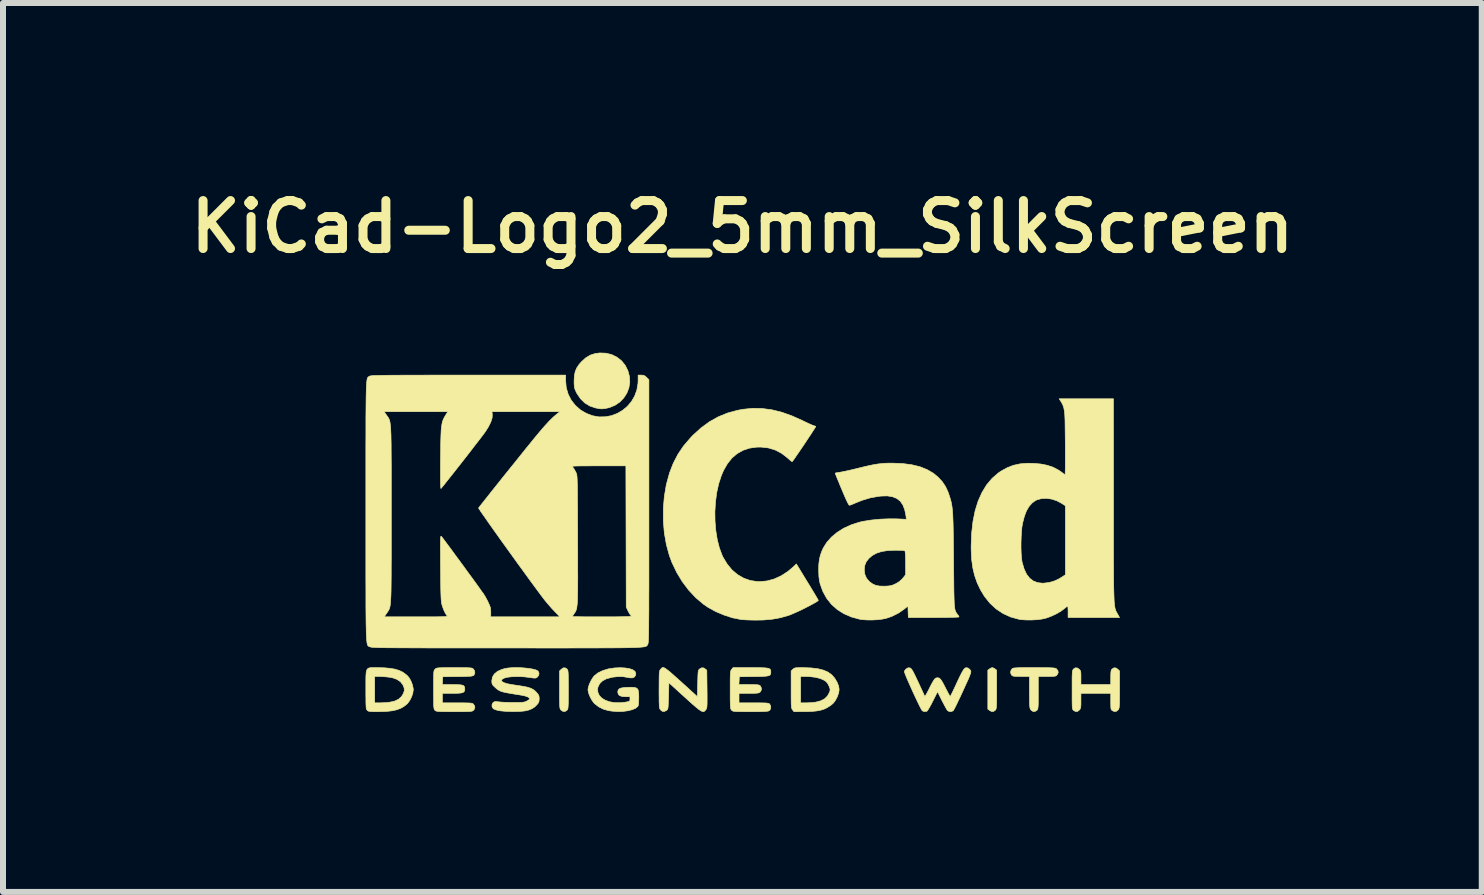
<source format=kicad_pcb>
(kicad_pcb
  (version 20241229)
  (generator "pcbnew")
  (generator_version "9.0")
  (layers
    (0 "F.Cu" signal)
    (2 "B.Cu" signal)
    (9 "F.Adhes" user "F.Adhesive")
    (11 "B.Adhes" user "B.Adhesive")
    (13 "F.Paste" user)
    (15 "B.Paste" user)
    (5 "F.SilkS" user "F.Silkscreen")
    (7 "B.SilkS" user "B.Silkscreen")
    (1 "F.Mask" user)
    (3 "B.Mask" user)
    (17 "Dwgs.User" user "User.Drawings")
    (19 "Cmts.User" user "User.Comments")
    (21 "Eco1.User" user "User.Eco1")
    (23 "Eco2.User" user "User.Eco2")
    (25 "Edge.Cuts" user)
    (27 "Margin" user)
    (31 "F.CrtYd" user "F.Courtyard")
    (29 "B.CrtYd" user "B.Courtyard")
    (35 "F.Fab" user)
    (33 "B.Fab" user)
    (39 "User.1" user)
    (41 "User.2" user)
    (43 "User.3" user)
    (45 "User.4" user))
  (footprint "KiCad-Logo2_5mm_SilkScreen"
    (layer "F.Cu")
    (at 9.326 5.811)
    (property "Reference" "KiCad-Logo2_5mm_SilkScreen" (at 0 -5.08 0) (layer "F.SilkS") (effects (font (size 0.8 0.8) (thickness 0.15))))
    (attr exclude_from_pos_files exclude_from_bom)
    (fp_poly (pts (xy 4.189 2.276) (xy 4.212 2.291) (xy 4.239 2.312) (xy 4.239 2.634) (xy 4.239 2.728) (xy 4.239 2.802) (xy 4.238 2.859) (xy 4.236 2.901) (xy 4.234 2.931) (xy 4.231 2.951) (xy 4.227 2.965) (xy 4.221 2.974) (xy 4.217 2.979) (xy 4.186 3) (xy 4.15 2.999) (xy 4.119 2.981) (xy 4.092 2.96) (xy 4.092 2.312) (xy 4.119 2.291) (xy 4.145 2.275) (xy 4.166 2.269) (xy 4.189 2.276)) (stroke (width 0.01) (type solid)) (fill yes) (layer "F.SilkS"))
    (fp_poly (pts (xy -2.924 2.292) (xy -2.917 2.299) (xy -2.912 2.309) (xy -2.908 2.324) (xy -2.905 2.346) (xy -2.903 2.378) (xy -2.902 2.422) (xy -2.902 2.482) (xy -2.901 2.56) (xy -2.901 2.636) (xy -2.901 2.73) (xy -2.902 2.804) (xy -2.902 2.86) (xy -2.904 2.902) (xy -2.906 2.932) (xy -2.909 2.952) (xy -2.913 2.965) (xy -2.919 2.974) (xy -2.924 2.98) (xy -2.957 3) (xy -2.992 2.998) (xy -3.023 2.977) (xy -3.031 2.968) (xy -3.036 2.959) (xy -3.041 2.945) (xy -3.044 2.924) (xy -3.046 2.895) (xy -3.047 2.853) (xy -3.048 2.796) (xy -3.048 2.722) (xy -3.048 2.638) (xy -3.048 2.324) (xy -3.02 2.297) (xy -2.986 2.273) (xy -2.953 2.273) (xy -2.924 2.292)) (stroke (width 0.01) (type solid)) (fill yes) (layer "F.SilkS"))
    (fp_poly (pts (xy -2.273 -2.973) (xy -2.177 -2.949) (xy -2.09 -2.906) (xy -2.015 -2.847) (xy -1.954 -2.772) (xy -1.909 -2.683) (xy -1.883 -2.586) (xy -1.877 -2.489) (xy -1.892 -2.395) (xy -1.926 -2.307) (xy -1.977 -2.228) (xy -2.042 -2.16) (xy -2.121 -2.106) (xy -2.212 -2.068) (xy -2.263 -2.056) (xy -2.308 -2.048) (xy -2.342 -2.045) (xy -2.375 -2.047) (xy -2.415 -2.054) (xy -2.449 -2.061) (xy -2.542 -2.092) (xy -2.626 -2.143) (xy -2.698 -2.213) (xy -2.756 -2.298) (xy -2.77 -2.326) (xy -2.787 -2.362) (xy -2.797 -2.392) (xy -2.802 -2.425) (xy -2.805 -2.466) (xy -2.805 -2.512) (xy -2.801 -2.596) (xy -2.787 -2.665) (xy -2.762 -2.726) (xy -2.723 -2.784) (xy -2.684 -2.829) (xy -2.612 -2.895) (xy -2.537 -2.94) (xy -2.455 -2.967) (xy -2.377 -2.977) (xy -2.273 -2.973)) (stroke (width 0.01) (type solid)) (fill yes) (layer "F.SilkS"))
    (fp_poly (pts (xy 4.963 2.269) (xy 5.042 2.27) (xy 5.103 2.27) (xy 5.149 2.272) (xy 5.182 2.274) (xy 5.205 2.277) (xy 5.221 2.28) (xy 5.231 2.285) (xy 5.236 2.289) (xy 5.261 2.321) (xy 5.265 2.355) (xy 5.249 2.386) (xy 5.238 2.398) (xy 5.227 2.406) (xy 5.211 2.412) (xy 5.186 2.414) (xy 5.147 2.416) (xy 5.09 2.416) (xy 5.079 2.416) (xy 4.933 2.416) (xy 4.933 2.687) (xy 4.933 2.772) (xy 4.933 2.838) (xy 4.932 2.887) (xy 4.93 2.922) (xy 4.927 2.946) (xy 4.923 2.962) (xy 4.918 2.972) (xy 4.911 2.98) (xy 4.878 3) (xy 4.843 2.999) (xy 4.812 2.976) (xy 4.81 2.973) (xy 4.802 2.962) (xy 4.797 2.95) (xy 4.793 2.933) (xy 4.79 2.908) (xy 4.788 2.872) (xy 4.787 2.822) (xy 4.787 2.755) (xy 4.786 2.68) (xy 4.786 2.416) (xy 4.647 2.416) (xy 4.587 2.415) (xy 4.546 2.414) (xy 4.519 2.411) (xy 4.502 2.405) (xy 4.49 2.397) (xy 4.489 2.395) (xy 4.473 2.362) (xy 4.474 2.324) (xy 4.493 2.292) (xy 4.5 2.285) (xy 4.51 2.28) (xy 4.524 2.276) (xy 4.545 2.274) (xy 4.575 2.272) (xy 4.618 2.27) (xy 4.676 2.269) (xy 4.75 2.269) (xy 4.844 2.269) (xy 4.864 2.269) (xy 4.963 2.269)) (stroke (width 0.01) (type solid)) (fill yes) (layer "F.SilkS"))
    (fp_poly (pts (xy 6.229 2.275) (xy 6.26 2.297) (xy 6.288 2.324) (xy 6.288 2.634) (xy 6.288 2.726) (xy 6.287 2.798) (xy 6.287 2.853) (xy 6.285 2.893) (xy 6.283 2.922) (xy 6.28 2.942) (xy 6.275 2.956) (xy 6.269 2.967) (xy 6.265 2.973) (xy 6.234 2.998) (xy 6.198 3) (xy 6.166 2.985) (xy 6.156 2.976) (xy 6.148 2.965) (xy 6.144 2.946) (xy 6.142 2.915) (xy 6.141 2.869) (xy 6.141 2.833) (xy 6.141 2.698) (xy 5.644 2.698) (xy 5.644 2.821) (xy 5.644 2.877) (xy 5.642 2.915) (xy 5.638 2.941) (xy 5.63 2.96) (xy 5.621 2.973) (xy 5.59 2.998) (xy 5.555 3.001) (xy 5.522 2.983) (xy 5.513 2.974) (xy 5.506 2.962) (xy 5.502 2.943) (xy 5.499 2.914) (xy 5.498 2.87) (xy 5.497 2.808) (xy 5.497 2.794) (xy 5.497 2.678) (xy 5.497 2.582) (xy 5.497 2.504) (xy 5.497 2.443) (xy 5.498 2.396) (xy 5.5 2.361) (xy 5.502 2.335) (xy 5.505 2.318) (xy 5.51 2.306) (xy 5.515 2.298) (xy 5.52 2.292) (xy 5.552 2.272) (xy 5.585 2.275) (xy 5.617 2.297) (xy 5.629 2.311) (xy 5.638 2.327) (xy 5.642 2.35) (xy 5.644 2.384) (xy 5.644 2.436) (xy 5.644 2.551) (xy 6.141 2.551) (xy 6.141 2.433) (xy 6.142 2.378) (xy 6.144 2.341) (xy 6.148 2.317) (xy 6.155 2.301) (xy 6.164 2.292) (xy 6.196 2.272) (xy 6.229 2.275)) (stroke (width 0.01) (type solid)) (fill yes) (layer "F.SilkS"))
    (fp_poly (pts (xy 1.018 2.269) (xy 1.147 2.274) (xy 1.257 2.287) (xy 1.349 2.31) (xy 1.426 2.343) (xy 1.489 2.388) (xy 1.539 2.444) (xy 1.58 2.514) (xy 1.58 2.515) (xy 1.605 2.577) (xy 1.613 2.633) (xy 1.606 2.688) (xy 1.584 2.751) (xy 1.579 2.761) (xy 1.55 2.817) (xy 1.517 2.86) (xy 1.475 2.897) (xy 1.417 2.934) (xy 1.414 2.936) (xy 1.364 2.96) (xy 1.307 2.978) (xy 1.24 2.991) (xy 1.159 2.999) (xy 1.06 3.002) (xy 1.025 3.002) (xy 0.86 3.003) (xy 0.836 2.973) (xy 0.829 2.963) (xy 0.824 2.952) (xy 0.82 2.936) (xy 0.817 2.913) (xy 0.815 2.88) (xy 0.814 2.856) (xy 0.971 2.856) (xy 1.065 2.856) (xy 1.12 2.854) (xy 1.176 2.85) (xy 1.222 2.844) (xy 1.225 2.844) (xy 1.307 2.822) (xy 1.371 2.789) (xy 1.418 2.743) (xy 1.451 2.683) (xy 1.457 2.667) (xy 1.463 2.642) (xy 1.46 2.618) (xy 1.448 2.585) (xy 1.441 2.569) (xy 1.418 2.527) (xy 1.39 2.497) (xy 1.359 2.477) (xy 1.297 2.45) (xy 1.218 2.43) (xy 1.125 2.419) (xy 1.058 2.416) (xy 0.971 2.416) (xy 0.971 2.856) (xy 0.814 2.856) (xy 0.814 2.835) (xy 0.813 2.774) (xy 0.813 2.696) (xy 0.813 2.634) (xy 0.813 2.324) (xy 0.841 2.297) (xy 0.853 2.286) (xy 0.866 2.278) (xy 0.885 2.273) (xy 0.913 2.27) (xy 0.955 2.269) (xy 1.015 2.269) (xy 1.018 2.269)) (stroke (width 0.01) (type solid)) (fill yes) (layer "F.SilkS"))
    (fp_poly (pts (xy -6.121 2.269) (xy -6.082 2.269) (xy -5.966 2.272) (xy -5.869 2.281) (xy -5.788 2.295) (xy -5.719 2.317) (xy -5.658 2.347) (xy -5.604 2.387) (xy -5.584 2.404) (xy -5.552 2.443) (xy -5.523 2.497) (xy -5.5 2.557) (xy -5.488 2.615) (xy -5.486 2.636) (xy -5.494 2.695) (xy -5.516 2.759) (xy -5.547 2.82) (xy -5.584 2.868) (xy -5.59 2.874) (xy -5.641 2.915) (xy -5.696 2.947) (xy -5.76 2.971) (xy -5.834 2.988) (xy -5.924 2.998) (xy -6.031 3.002) (xy -6.08 3.003) (xy -6.142 3.003) (xy -6.186 3.001) (xy -6.215 2.999) (xy -6.234 2.994) (xy -6.247 2.987) (xy -6.254 2.98) (xy -6.261 2.973) (xy -6.266 2.963) (xy -6.27 2.948) (xy -6.273 2.926) (xy -6.274 2.894) (xy -6.276 2.85) (xy -6.276 2.79) (xy -6.277 2.712) (xy -6.277 2.636) (xy -6.277 2.535) (xy -6.277 2.454) (xy -6.276 2.416) (xy -6.13 2.416) (xy -6.13 2.856) (xy -6.037 2.856) (xy -5.981 2.854) (xy -5.922 2.85) (xy -5.873 2.844) (xy -5.872 2.844) (xy -5.792 2.825) (xy -5.731 2.795) (xy -5.684 2.753) (xy -5.655 2.707) (xy -5.636 2.656) (xy -5.638 2.608) (xy -5.659 2.557) (xy -5.7 2.504) (xy -5.758 2.465) (xy -5.833 2.438) (xy -5.883 2.429) (xy -5.939 2.423) (xy -6 2.418) (xy -6.051 2.416) (xy -6.054 2.416) (xy -6.13 2.416) (xy -6.276 2.416) (xy -6.275 2.392) (xy -6.271 2.345) (xy -6.263 2.312) (xy -6.25 2.29) (xy -6.23 2.277) (xy -6.203 2.27) (xy -6.167 2.269) (xy -6.121 2.269)) (stroke (width 0.01) (type solid)) (fill yes) (layer "F.SilkS"))
    (fp_poly (pts (xy -1.3 2.273) (xy -1.277 2.287) (xy -1.246 2.31) (xy -1.206 2.342) (xy -1.156 2.386) (xy -1.094 2.441) (xy -1.018 2.509) (xy -0.931 2.588) (xy -0.751 2.752) (xy -0.745 2.532) (xy -0.743 2.456) (xy -0.741 2.4) (xy -0.739 2.36) (xy -0.736 2.332) (xy -0.731 2.314) (xy -0.725 2.303) (xy -0.717 2.294) (xy -0.713 2.291) (xy -0.678 2.272) (xy -0.645 2.274) (xy -0.619 2.291) (xy -0.593 2.312) (xy -0.589 2.627) (xy -0.588 2.72) (xy -0.588 2.793) (xy -0.588 2.848) (xy -0.589 2.889) (xy -0.591 2.919) (xy -0.594 2.939) (xy -0.598 2.953) (xy -0.604 2.964) (xy -0.61 2.972) (xy -0.623 2.988) (xy -0.637 2.999) (xy -0.652 3.003) (xy -0.671 2.999) (xy -0.695 2.987) (xy -0.727 2.965) (xy -0.768 2.932) (xy -0.821 2.887) (xy -0.886 2.829) (xy -0.96 2.762) (xy -1.225 2.521) (xy -1.23 2.741) (xy -1.233 2.816) (xy -1.235 2.872) (xy -1.237 2.913) (xy -1.24 2.94) (xy -1.244 2.958) (xy -1.25 2.969) (xy -1.259 2.978) (xy -1.263 2.981) (xy -1.3 3) (xy -1.335 2.997) (xy -1.365 2.973) (xy -1.372 2.963) (xy -1.378 2.952) (xy -1.382 2.936) (xy -1.385 2.913) (xy -1.386 2.88) (xy -1.388 2.835) (xy -1.388 2.774) (xy -1.389 2.694) (xy -1.389 2.636) (xy -1.388 2.544) (xy -1.388 2.473) (xy -1.387 2.418) (xy -1.386 2.378) (xy -1.384 2.349) (xy -1.38 2.329) (xy -1.376 2.315) (xy -1.37 2.305) (xy -1.365 2.299) (xy -1.354 2.285) (xy -1.343 2.274) (xy -1.332 2.268) (xy -1.318 2.267) (xy -1.3 2.273)) (stroke (width 0.01) (type solid)) (fill yes) (layer "F.SilkS"))
    (fp_poly (pts (xy -1.95 2.275) (xy -1.882 2.286) (xy -1.829 2.304) (xy -1.795 2.327) (xy -1.785 2.341) (xy -1.776 2.372) (xy -1.782 2.4) (xy -1.802 2.427) (xy -1.834 2.44) (xy -1.879 2.439) (xy -1.914 2.432) (xy -1.992 2.419) (xy -2.072 2.418) (xy -2.162 2.428) (xy -2.186 2.433) (xy -2.269 2.456) (xy -2.334 2.491) (xy -2.38 2.537) (xy -2.407 2.592) (xy -2.413 2.621) (xy -2.409 2.68) (xy -2.386 2.732) (xy -2.345 2.776) (xy -2.288 2.811) (xy -2.219 2.837) (xy -2.138 2.852) (xy -2.048 2.854) (xy -1.951 2.845) (xy -1.945 2.844) (xy -1.907 2.836) (xy -1.885 2.83) (xy -1.876 2.819) (xy -1.874 2.802) (xy -1.874 2.793) (xy -1.874 2.754) (xy -1.942 2.754) (xy -2.003 2.75) (xy -2.044 2.737) (xy -2.068 2.714) (xy -2.077 2.679) (xy -2.077 2.674) (xy -2.072 2.645) (xy -2.054 2.623) (xy -2.022 2.609) (xy -1.972 2.601) (xy -1.923 2.598) (xy -1.852 2.596) (xy -1.801 2.599) (xy -1.766 2.609) (xy -1.744 2.628) (xy -1.733 2.66) (xy -1.728 2.708) (xy -1.727 2.77) (xy -1.729 2.84) (xy -1.733 2.887) (xy -1.74 2.912) (xy -1.741 2.914) (xy -1.78 2.946) (xy -1.837 2.97) (xy -1.909 2.988) (xy -1.991 2.999) (xy -2.081 3.001) (xy -2.175 2.994) (xy -2.23 2.986) (xy -2.316 2.962) (xy -2.396 2.922) (xy -2.463 2.87) (xy -2.473 2.86) (xy -2.506 2.816) (xy -2.536 2.762) (xy -2.559 2.706) (xy -2.572 2.654) (xy -2.574 2.635) (xy -2.567 2.593) (xy -2.55 2.542) (xy -2.524 2.488) (xy -2.495 2.439) (xy -2.469 2.406) (xy -2.408 2.357) (xy -2.329 2.319) (xy -2.235 2.29) (xy -2.129 2.274) (xy -2.032 2.27) (xy -1.95 2.275)) (stroke (width 0.01) (type solid)) (fill yes) (layer "F.SilkS"))
    (fp_poly (pts (xy 0.23 2.269) (xy 0.307 2.27) (xy 0.365 2.272) (xy 0.408 2.276) (xy 0.438 2.282) (xy 0.457 2.291) (xy 0.468 2.303) (xy 0.473 2.319) (xy 0.474 2.339) (xy 0.474 2.341) (xy 0.473 2.364) (xy 0.468 2.382) (xy 0.457 2.395) (xy 0.437 2.404) (xy 0.406 2.41) (xy 0.36 2.414) (xy 0.298 2.417) (xy 0.216 2.418) (xy 0.191 2.418) (xy -0.051 2.421) (xy -0.054 2.486) (xy -0.058 2.551) (xy 0.111 2.551) (xy 0.176 2.552) (xy 0.223 2.553) (xy 0.255 2.555) (xy 0.276 2.559) (xy 0.289 2.565) (xy 0.299 2.573) (xy 0.299 2.573) (xy 0.316 2.607) (xy 0.316 2.643) (xy 0.297 2.674) (xy 0.294 2.678) (xy 0.281 2.686) (xy 0.263 2.692) (xy 0.237 2.695) (xy 0.197 2.697) (xy 0.142 2.698) (xy 0.106 2.698) (xy -0.056 2.698) (xy -0.056 2.856) (xy 0.19 2.856) (xy 0.272 2.856) (xy 0.333 2.857) (xy 0.379 2.858) (xy 0.41 2.86) (xy 0.431 2.864) (xy 0.445 2.868) (xy 0.453 2.874) (xy 0.455 2.877) (xy 0.472 2.908) (xy 0.473 2.944) (xy 0.46 2.975) (xy 0.449 2.985) (xy 0.438 2.991) (xy 0.421 2.995) (xy 0.396 2.998) (xy 0.359 3) (xy 0.308 3.002) (xy 0.24 3.003) (xy 0.153 3.003) (xy 0.133 3.003) (xy 0.045 3.003) (xy -0.024 3.002) (xy -0.075 3.002) (xy -0.113 3) (xy -0.139 2.998) (xy -0.156 2.994) (xy -0.167 2.989) (xy -0.176 2.983) (xy -0.18 2.978) (xy -0.187 2.97) (xy -0.192 2.96) (xy -0.196 2.945) (xy -0.199 2.923) (xy -0.201 2.89) (xy -0.202 2.845) (xy -0.203 2.785) (xy -0.203 2.707) (xy -0.203 2.641) (xy -0.203 2.549) (xy -0.203 2.476) (xy -0.202 2.421) (xy -0.201 2.38) (xy -0.198 2.35) (xy -0.195 2.33) (xy -0.191 2.316) (xy -0.185 2.305) (xy -0.18 2.299) (xy -0.156 2.269) (xy 0.134 2.269) (xy 0.23 2.269)) (stroke (width 0.01) (type solid)) (fill yes) (layer "F.SilkS"))
    (fp_poly (pts (xy -4.713 2.269) (xy -4.643 2.27) (xy -4.591 2.27) (xy -4.553 2.272) (xy -4.526 2.274) (xy -4.508 2.278) (xy -4.496 2.283) (xy -4.487 2.289) (xy -4.484 2.292) (xy -4.464 2.323) (xy -4.46 2.359) (xy -4.473 2.391) (xy -4.48 2.397) (xy -4.489 2.403) (xy -4.505 2.408) (xy -4.529 2.412) (xy -4.566 2.414) (xy -4.617 2.416) (xy -4.685 2.418) (xy -4.748 2.418) (xy -4.995 2.421) (xy -4.999 2.486) (xy -5.002 2.551) (xy -4.834 2.551) (xy -4.761 2.552) (xy -4.708 2.555) (xy -4.671 2.56) (xy -4.647 2.57) (xy -4.634 2.586) (xy -4.629 2.607) (xy -4.628 2.628) (xy -4.631 2.653) (xy -4.64 2.671) (xy -4.659 2.684) (xy -4.691 2.692) (xy -4.738 2.696) (xy -4.804 2.698) (xy -4.84 2.698) (xy -5.001 2.698) (xy -5.001 2.856) (xy -4.753 2.856) (xy -4.671 2.856) (xy -4.609 2.857) (xy -4.564 2.858) (xy -4.532 2.86) (xy -4.511 2.863) (xy -4.496 2.868) (xy -4.487 2.874) (xy -4.482 2.879) (xy -4.465 2.906) (xy -4.459 2.929) (xy -4.467 2.959) (xy -4.482 2.98) (xy -4.49 2.987) (xy -4.5 2.992) (xy -4.515 2.996) (xy -4.538 2.999) (xy -4.571 3.001) (xy -4.618 3.002) (xy -4.68 3.003) (xy -4.761 3.003) (xy -4.803 3.003) (xy -4.894 3.003) (xy -4.964 3.002) (xy -5.017 3.002) (xy -5.056 3) (xy -5.083 2.998) (xy -5.101 2.994) (xy -5.113 2.99) (xy -5.122 2.983) (xy -5.125 2.98) (xy -5.132 2.973) (xy -5.137 2.963) (xy -5.141 2.948) (xy -5.144 2.926) (xy -5.146 2.894) (xy -5.147 2.849) (xy -5.147 2.789) (xy -5.148 2.711) (xy -5.148 2.638) (xy -5.148 2.545) (xy -5.147 2.471) (xy -5.147 2.415) (xy -5.146 2.374) (xy -5.144 2.345) (xy -5.141 2.325) (xy -5.136 2.312) (xy -5.131 2.303) (xy -5.123 2.295) (xy -5.122 2.294) (xy -5.113 2.286) (xy -5.103 2.28) (xy -5.089 2.276) (xy -5.067 2.273) (xy -5.036 2.271) (xy -4.993 2.27) (xy -4.934 2.269) (xy -4.857 2.269) (xy -4.802 2.269) (xy -4.713 2.269)) (stroke (width 0.01) (type solid)) (fill yes) (layer "F.SilkS"))
    (fp_poly (pts (xy 3.745 2.271) (xy 3.764 2.278) (xy 3.765 2.278) (xy 3.792 2.299) (xy 3.806 2.32) (xy 3.809 2.329) (xy 3.809 2.342) (xy 3.805 2.361) (xy 3.796 2.387) (xy 3.782 2.424) (xy 3.761 2.473) (xy 3.732 2.536) (xy 3.695 2.617) (xy 3.675 2.661) (xy 3.639 2.74) (xy 3.604 2.812) (xy 3.574 2.876) (xy 3.548 2.928) (xy 3.528 2.965) (xy 3.516 2.986) (xy 3.513 2.989) (xy 3.482 3.001) (xy 3.447 3) (xy 3.419 2.984) (xy 3.418 2.983) (xy 3.407 2.966) (xy 3.388 2.933) (xy 3.364 2.888) (xy 3.337 2.836) (xy 3.327 2.817) (xy 3.254 2.67) (xy 3.174 2.829) (xy 3.146 2.884) (xy 3.119 2.932) (xy 3.097 2.969) (xy 3.081 2.991) (xy 3.076 2.996) (xy 3.034 3.002) (xy 3 2.989) (xy 2.99 2.974) (xy 2.972 2.943) (xy 2.949 2.897) (xy 2.921 2.839) (xy 2.89 2.774) (xy 2.857 2.704) (xy 2.824 2.631) (xy 2.792 2.56) (xy 2.763 2.494) (xy 2.737 2.435) (xy 2.718 2.386) (xy 2.705 2.352) (xy 2.7 2.334) (xy 2.7 2.334) (xy 2.711 2.311) (xy 2.733 2.289) (xy 2.735 2.288) (xy 2.762 2.272) (xy 2.787 2.273) (xy 2.796 2.275) (xy 2.808 2.282) (xy 2.82 2.294) (xy 2.834 2.315) (xy 2.852 2.347) (xy 2.875 2.393) (xy 2.905 2.455) (xy 2.932 2.512) (xy 2.962 2.578) (xy 2.99 2.638) (xy 3.013 2.688) (xy 3.03 2.725) (xy 3.039 2.746) (xy 3.041 2.749) (xy 3.047 2.743) (xy 3.061 2.721) (xy 3.081 2.685) (xy 3.106 2.638) (xy 3.115 2.619) (xy 3.148 2.554) (xy 3.174 2.507) (xy 3.194 2.474) (xy 3.21 2.454) (xy 3.226 2.443) (xy 3.242 2.439) (xy 3.252 2.438) (xy 3.271 2.44) (xy 3.287 2.447) (xy 3.303 2.462) (xy 3.321 2.487) (xy 3.344 2.526) (xy 3.373 2.581) (xy 3.389 2.613) (xy 3.415 2.663) (xy 3.437 2.705) (xy 3.454 2.734) (xy 3.464 2.748) (xy 3.466 2.749) (xy 3.472 2.738) (xy 3.487 2.709) (xy 3.508 2.666) (xy 3.534 2.612) (xy 3.564 2.548) (xy 3.578 2.517) (xy 3.616 2.436) (xy 3.647 2.374) (xy 3.672 2.328) (xy 3.692 2.297) (xy 3.71 2.278) (xy 3.727 2.271) (xy 3.745 2.271)) (stroke (width 0.01) (type solid)) (fill yes) (layer "F.SilkS"))
    (fp_poly (pts (xy -3.692 2.27) (xy -3.617 2.276) (xy -3.547 2.284) (xy -3.487 2.295) (xy -3.44 2.308) (xy -3.41 2.323) (xy -3.406 2.327) (xy -3.39 2.362) (xy -3.395 2.397) (xy -3.419 2.428) (xy -3.421 2.429) (xy -3.435 2.438) (xy -3.45 2.443) (xy -3.471 2.443) (xy -3.503 2.44) (xy -3.552 2.432) (xy -3.556 2.432) (xy -3.629 2.423) (xy -3.707 2.418) (xy -3.786 2.418) (xy -3.859 2.422) (xy -3.922 2.43) (xy -3.968 2.443) (xy -3.971 2.444) (xy -4.005 2.463) (xy -4.017 2.482) (xy -4.008 2.5) (xy -3.978 2.518) (xy -3.929 2.535) (xy -3.861 2.549) (xy -3.816 2.556) (xy -3.721 2.57) (xy -3.647 2.582) (xy -3.588 2.594) (xy -3.542 2.608) (xy -3.506 2.623) (xy -3.476 2.641) (xy -3.449 2.664) (xy -3.428 2.686) (xy -3.403 2.717) (xy -3.391 2.743) (xy -3.387 2.776) (xy -3.387 2.788) (xy -3.39 2.828) (xy -3.401 2.857) (xy -3.421 2.883) (xy -3.462 2.924) (xy -3.508 2.954) (xy -3.562 2.976) (xy -3.627 2.991) (xy -3.707 2.999) (xy -3.805 3.001) (xy -3.821 3.001) (xy -3.887 3) (xy -3.952 2.997) (xy -4.009 2.992) (xy -4.052 2.987) (xy -4.055 2.987) (xy -4.098 2.976) (xy -4.134 2.964) (xy -4.154 2.952) (xy -4.173 2.922) (xy -4.174 2.886) (xy -4.158 2.854) (xy -4.154 2.851) (xy -4.139 2.84) (xy -4.12 2.835) (xy -4.091 2.836) (xy -4.056 2.84) (xy -4.016 2.844) (xy -3.96 2.847) (xy -3.895 2.849) (xy -3.828 2.85) (xy -3.81 2.85) (xy -3.742 2.85) (xy -3.692 2.849) (xy -3.657 2.846) (xy -3.63 2.841) (xy -3.609 2.834) (xy -3.596 2.828) (xy -3.568 2.811) (xy -3.55 2.796) (xy -3.547 2.792) (xy -3.553 2.774) (xy -3.579 2.757) (xy -3.624 2.741) (xy -3.687 2.728) (xy -3.705 2.725) (xy -3.801 2.71) (xy -3.878 2.697) (xy -3.938 2.686) (xy -3.984 2.676) (xy -4.021 2.665) (xy -4.049 2.653) (xy -4.073 2.639) (xy -4.096 2.622) (xy -4.119 2.601) (xy -4.127 2.594) (xy -4.155 2.567) (xy -4.17 2.545) (xy -4.176 2.52) (xy -4.177 2.489) (xy -4.167 2.428) (xy -4.136 2.376) (xy -4.085 2.333) (xy -4.013 2.3) (xy -3.962 2.285) (xy -3.907 2.275) (xy -3.841 2.27) (xy -3.768 2.268) (xy -3.692 2.27)) (stroke (width 0.01) (type solid)) (fill yes) (layer "F.SilkS"))
    (fp_poly (pts (xy 0.328 -2.051) (xy 0.489 -2.03) (xy 0.653 -1.99) (xy 0.822 -1.93) (xy 1 -1.851) (xy 1.011 -1.845) (xy 1.069 -1.817) (xy 1.121 -1.793) (xy 1.162 -1.775) (xy 1.19 -1.764) (xy 1.2 -1.761) (xy 1.219 -1.756) (xy 1.224 -1.752) (xy 1.218 -1.741) (xy 1.202 -1.715) (xy 1.177 -1.676) (xy 1.145 -1.626) (xy 1.107 -1.569) (xy 1.066 -1.507) (xy 1.023 -1.442) (xy 0.98 -1.379) (xy 0.939 -1.319) (xy 0.902 -1.265) (xy 0.871 -1.22) (xy 0.847 -1.186) (xy 0.832 -1.167) (xy 0.83 -1.165) (xy 0.82 -1.17) (xy 0.798 -1.187) (xy 0.767 -1.214) (xy 0.752 -1.228) (xy 0.655 -1.303) (xy 0.548 -1.359) (xy 0.433 -1.394) (xy 0.31 -1.408) (xy 0.241 -1.407) (xy 0.119 -1.39) (xy 0.01 -1.354) (xy -0.087 -1.299) (xy -0.174 -1.225) (xy -0.249 -1.131) (xy -0.314 -1.018) (xy -0.351 -0.931) (xy -0.395 -0.796) (xy -0.428 -0.648) (xy -0.448 -0.493) (xy -0.458 -0.333) (xy -0.456 -0.173) (xy -0.443 -0.016) (xy -0.419 0.133) (xy -0.384 0.271) (xy -0.338 0.395) (xy -0.322 0.429) (xy -0.253 0.543) (xy -0.173 0.64) (xy -0.081 0.718) (xy 0.02 0.777) (xy 0.13 0.816) (xy 0.247 0.834) (xy 0.289 0.835) (xy 0.41 0.824) (xy 0.531 0.791) (xy 0.649 0.737) (xy 0.762 0.663) (xy 0.854 0.585) (xy 0.9 0.54) (xy 1.081 0.837) (xy 1.127 0.911) (xy 1.168 0.98) (xy 1.204 1.039) (xy 1.233 1.088) (xy 1.254 1.124) (xy 1.265 1.144) (xy 1.266 1.147) (xy 1.258 1.157) (xy 1.233 1.174) (xy 1.193 1.197) (xy 1.142 1.225) (xy 1.084 1.255) (xy 1.021 1.287) (xy 0.958 1.318) (xy 0.896 1.346) (xy 0.839 1.371) (xy 0.791 1.391) (xy 0.768 1.399) (xy 0.634 1.437) (xy 0.496 1.462) (xy 0.349 1.475) (xy 0.222 1.477) (xy 0.154 1.476) (xy 0.088 1.474) (xy 0.031 1.471) (xy -0.013 1.468) (xy -0.027 1.466) (xy -0.166 1.438) (xy -0.307 1.392) (xy -0.445 1.334) (xy -0.572 1.264) (xy -0.649 1.211) (xy -0.777 1.103) (xy -0.895 0.977) (xy -1.002 0.835) (xy -1.095 0.681) (xy -1.173 0.518) (xy -1.217 0.401) (xy -1.267 0.217) (xy -1.301 0.023) (xy -1.318 -0.179) (xy -1.318 -0.382) (xy -1.301 -0.584) (xy -1.268 -0.781) (xy -1.217 -0.967) (xy -1.214 -0.978) (xy -1.151 -1.14) (xy -1.074 -1.288) (xy -0.981 -1.426) (xy -0.868 -1.558) (xy -0.825 -1.604) (xy -0.688 -1.728) (xy -0.549 -1.83) (xy -0.403 -1.912) (xy -0.249 -1.975) (xy -0.084 -2.02) (xy 0.011 -2.038) (xy 0.17 -2.054) (xy 0.328 -2.051)) (stroke (width 0.01) (type solid)) (fill yes) (layer "F.SilkS"))
    (fp_poly (pts (xy 6.187 -0.528) (xy 6.187 -0.293) (xy 6.187 -0.08) (xy 6.187 0.112) (xy 6.187 0.285) (xy 6.187 0.441) (xy 6.188 0.579) (xy 6.188 0.701) (xy 6.189 0.808) (xy 6.19 0.901) (xy 6.192 0.982) (xy 6.194 1.051) (xy 6.196 1.11) (xy 6.198 1.159) (xy 6.202 1.2) (xy 6.205 1.234) (xy 6.21 1.262) (xy 6.214 1.285) (xy 6.22 1.304) (xy 6.226 1.321) (xy 6.233 1.335) (xy 6.24 1.349) (xy 6.249 1.364) (xy 6.254 1.373) (xy 6.288 1.434) (xy 5.43 1.434) (xy 5.43 1.338) (xy 5.429 1.294) (xy 5.427 1.261) (xy 5.424 1.243) (xy 5.423 1.242) (xy 5.412 1.249) (xy 5.389 1.267) (xy 5.366 1.286) (xy 5.312 1.327) (xy 5.242 1.368) (xy 5.165 1.405) (xy 5.088 1.435) (xy 5.057 1.445) (xy 4.989 1.46) (xy 4.906 1.47) (xy 4.816 1.475) (xy 4.728 1.474) (xy 4.649 1.469) (xy 4.612 1.463) (xy 4.473 1.425) (xy 4.346 1.367) (xy 4.23 1.29) (xy 4.127 1.195) (xy 4.036 1.081) (xy 3.969 0.97) (xy 3.914 0.854) (xy 3.872 0.734) (xy 3.842 0.608) (xy 3.823 0.472) (xy 3.815 0.32) (xy 3.814 0.243) (xy 3.816 0.186) (xy 4.645 0.186) (xy 4.645 0.279) (xy 4.648 0.367) (xy 4.654 0.444) (xy 4.662 0.505) (xy 4.665 0.517) (xy 4.697 0.625) (xy 4.738 0.712) (xy 4.79 0.779) (xy 4.853 0.826) (xy 4.926 0.853) (xy 5.011 0.862) (xy 5.107 0.851) (xy 5.17 0.835) (xy 5.219 0.817) (xy 5.274 0.791) (xy 5.314 0.767) (xy 5.385 0.721) (xy 5.385 -0.429) (xy 5.317 -0.473) (xy 5.239 -0.514) (xy 5.155 -0.541) (xy 5.07 -0.553) (xy 4.988 -0.549) (xy 4.915 -0.53) (xy 4.883 -0.515) (xy 4.826 -0.472) (xy 4.777 -0.415) (xy 4.735 -0.342) (xy 4.701 -0.252) (xy 4.672 -0.141) (xy 4.671 -0.135) (xy 4.66 -0.073) (xy 4.653 0.005) (xy 4.648 0.093) (xy 4.645 0.186) (xy 3.816 0.186) (xy 3.822 0.03) (xy 3.844 -0.166) (xy 3.88 -0.345) (xy 3.93 -0.506) (xy 3.994 -0.65) (xy 4.071 -0.777) (xy 4.163 -0.886) (xy 4.268 -0.977) (xy 4.314 -1.008) (xy 4.415 -1.064) (xy 4.518 -1.104) (xy 4.628 -1.128) (xy 4.749 -1.138) (xy 4.842 -1.137) (xy 4.971 -1.126) (xy 5.084 -1.104) (xy 5.183 -1.07) (xy 5.271 -1.024) (xy 5.32 -0.99) (xy 5.349 -0.968) (xy 5.371 -0.953) (xy 5.379 -0.948) (xy 5.381 -0.959) (xy 5.382 -0.99) (xy 5.383 -1.037) (xy 5.384 -1.1) (xy 5.384 -1.173) (xy 5.384 -1.256) (xy 5.384 -1.344) (xy 5.384 -1.436) (xy 5.383 -1.528) (xy 5.382 -1.618) (xy 5.381 -1.704) (xy 5.38 -1.781) (xy 5.379 -1.848) (xy 5.377 -1.902) (xy 5.375 -1.94) (xy 5.375 -1.947) (xy 5.367 -2.018) (xy 5.356 -2.073) (xy 5.338 -2.12) (xy 5.312 -2.166) (xy 5.305 -2.176) (xy 5.281 -2.213) (xy 6.186 -2.213) (xy 6.187 -0.528)) (stroke (width 0.01) (type solid)) (fill yes) (layer "F.SilkS"))
    (fp_poly (pts (xy 2.674 -1.133) (xy 2.825 -1.113) (xy 2.961 -1.08) (xy 3.08 -1.032) (xy 3.185 -0.971) (xy 3.262 -0.907) (xy 3.331 -0.833) (xy 3.385 -0.753) (xy 3.428 -0.661) (xy 3.443 -0.618) (xy 3.456 -0.579) (xy 3.467 -0.543) (xy 3.477 -0.508) (xy 3.485 -0.472) (xy 3.492 -0.433) (xy 3.498 -0.39) (xy 3.503 -0.34) (xy 3.507 -0.283) (xy 3.51 -0.215) (xy 3.513 -0.136) (xy 3.515 -0.043) (xy 3.517 0.066) (xy 3.518 0.192) (xy 3.52 0.337) (xy 3.521 0.48) (xy 3.522 0.636) (xy 3.524 0.771) (xy 3.525 0.887) (xy 3.526 0.986) (xy 3.528 1.068) (xy 3.53 1.136) (xy 3.532 1.192) (xy 3.535 1.236) (xy 3.539 1.271) (xy 3.544 1.299) (xy 3.55 1.321) (xy 3.557 1.338) (xy 3.565 1.352) (xy 3.574 1.366) (xy 3.585 1.38) (xy 3.59 1.385) (xy 3.605 1.408) (xy 3.612 1.423) (xy 3.612 1.424) (xy 3.602 1.426) (xy 3.571 1.428) (xy 3.522 1.43) (xy 3.458 1.431) (xy 3.382 1.433) (xy 3.295 1.433) (xy 3.2 1.434) (xy 3.19 1.434) (xy 2.767 1.434) (xy 2.763 1.338) (xy 2.76 1.242) (xy 2.698 1.293) (xy 2.601 1.36) (xy 2.491 1.415) (xy 2.404 1.445) (xy 2.335 1.46) (xy 2.252 1.47) (xy 2.162 1.475) (xy 2.074 1.474) (xy 1.995 1.468) (xy 1.959 1.463) (xy 1.819 1.425) (xy 1.692 1.37) (xy 1.58 1.299) (xy 1.484 1.213) (xy 1.404 1.112) (xy 1.341 0.997) (xy 1.296 0.871) (xy 1.284 0.814) (xy 1.276 0.752) (xy 1.273 0.677) (xy 1.272 0.643) (xy 1.272 0.64) (xy 2.032 0.64) (xy 2.042 0.715) (xy 2.07 0.779) (xy 2.118 0.835) (xy 2.123 0.839) (xy 2.172 0.874) (xy 2.223 0.897) (xy 2.284 0.909) (xy 2.359 0.911) (xy 2.377 0.911) (xy 2.431 0.908) (xy 2.471 0.903) (xy 2.506 0.893) (xy 2.545 0.876) (xy 2.556 0.871) (xy 2.616 0.835) (xy 2.663 0.792) (xy 2.676 0.777) (xy 2.721 0.72) (xy 2.721 0.525) (xy 2.72 0.446) (xy 2.718 0.388) (xy 2.715 0.349) (xy 2.711 0.327) (xy 2.707 0.32) (xy 2.691 0.317) (xy 2.657 0.314) (xy 2.61 0.313) (xy 2.555 0.312) (xy 2.546 0.312) (xy 2.425 0.317) (xy 2.323 0.333) (xy 2.236 0.361) (xy 2.164 0.401) (xy 2.109 0.448) (xy 2.064 0.506) (xy 2.039 0.569) (xy 2.032 0.64) (xy 1.272 0.64) (xy 1.274 0.55) (xy 1.283 0.471) (xy 1.299 0.4) (xy 1.324 0.329) (xy 1.348 0.276) (xy 1.407 0.181) (xy 1.485 0.093) (xy 1.58 0.014) (xy 1.69 -0.055) (xy 1.813 -0.111) (xy 1.945 -0.154) (xy 2.009 -0.169) (xy 2.146 -0.191) (xy 2.294 -0.206) (xy 2.446 -0.212) (xy 2.572 -0.211) (xy 2.734 -0.204) (xy 2.727 -0.263) (xy 2.707 -0.362) (xy 2.676 -0.443) (xy 2.632 -0.506) (xy 2.575 -0.551) (xy 2.503 -0.58) (xy 2.416 -0.594) (xy 2.313 -0.591) (xy 2.275 -0.587) (xy 2.134 -0.562) (xy 1.997 -0.521) (xy 1.902 -0.483) (xy 1.857 -0.464) (xy 1.819 -0.448) (xy 1.792 -0.439) (xy 1.785 -0.437) (xy 1.775 -0.446) (xy 1.758 -0.475) (xy 1.734 -0.524) (xy 1.703 -0.594) (xy 1.665 -0.684) (xy 1.658 -0.7) (xy 1.628 -0.772) (xy 1.601 -0.838) (xy 1.578 -0.893) (xy 1.561 -0.936) (xy 1.55 -0.963) (xy 1.547 -0.972) (xy 1.557 -0.977) (xy 1.583 -0.982) (xy 1.611 -0.986) (xy 1.642 -0.991) (xy 1.689 -1) (xy 1.751 -1.013) (xy 1.821 -1.029) (xy 1.896 -1.047) (xy 1.925 -1.054) (xy 2.03 -1.08) (xy 2.117 -1.1) (xy 2.192 -1.115) (xy 2.258 -1.126) (xy 2.319 -1.133) (xy 2.381 -1.138) (xy 2.446 -1.14) (xy 2.504 -1.14) (xy 2.674 -1.133)) (stroke (width 0.01) (type solid)) (fill yes) (layer "F.SilkS"))
    (fp_poly (pts (xy -2.946 -2.511) (xy -2.936 -2.397) (xy -2.904 -2.289) (xy -2.853 -2.19) (xy -2.784 -2.102) (xy -2.699 -2.027) (xy -2.602 -1.97) (xy -2.496 -1.93) (xy -2.389 -1.911) (xy -2.283 -1.913) (xy -2.181 -1.932) (xy -2.085 -1.969) (xy -1.996 -2.021) (xy -1.917 -2.087) (xy -1.849 -2.167) (xy -1.796 -2.258) (xy -1.759 -2.359) (xy -1.74 -2.47) (xy -1.738 -2.52) (xy -1.738 -2.608) (xy -1.687 -2.608) (xy -1.65 -2.605) (xy -1.623 -2.593) (xy -1.596 -2.569) (xy -1.558 -2.531) (xy -1.558 -0.339) (xy -1.558 -0.077) (xy -1.558 0.163) (xy -1.558 0.383) (xy -1.558 0.583) (xy -1.558 0.764) (xy -1.558 0.928) (xy -1.559 1.074) (xy -1.559 1.205) (xy -1.559 1.32) (xy -1.56 1.421) (xy -1.561 1.509) (xy -1.561 1.585) (xy -1.562 1.65) (xy -1.563 1.704) (xy -1.564 1.749) (xy -1.565 1.786) (xy -1.567 1.815) (xy -1.568 1.837) (xy -1.57 1.854) (xy -1.572 1.866) (xy -1.574 1.874) (xy -1.576 1.88) (xy -1.577 1.882) (xy -1.581 1.889) (xy -1.585 1.895) (xy -1.589 1.901) (xy -1.594 1.906) (xy -1.601 1.911) (xy -1.611 1.916) (xy -1.625 1.92) (xy -1.645 1.923) (xy -1.669 1.926) (xy -1.701 1.929) (xy -1.741 1.931) (xy -1.789 1.934) (xy -1.846 1.935) (xy -1.914 1.937) (xy -1.994 1.938) (xy -2.085 1.939) (xy -2.19 1.94) (xy -2.309 1.94) (xy -2.443 1.941) (xy -2.593 1.941) (xy -2.76 1.941) (xy -2.945 1.942) (xy -3.149 1.942) (xy -3.372 1.942) (xy -3.616 1.941) (xy -3.881 1.941) (xy -3.92 1.941) (xy -4.187 1.941) (xy -4.432 1.941) (xy -4.657 1.941) (xy -4.861 1.941) (xy -5.047 1.941) (xy -5.215 1.941) (xy -5.366 1.94) (xy -5.501 1.94) (xy -5.62 1.939) (xy -5.725 1.939) (xy -5.817 1.938) (xy -5.896 1.938) (xy -5.964 1.937) (xy -6.021 1.936) (xy -6.069 1.935) (xy -6.107 1.933) (xy -6.138 1.932) (xy -6.162 1.931) (xy -6.18 1.929) (xy -6.192 1.927) (xy -6.201 1.925) (xy -6.205 1.923) (xy -6.214 1.92) (xy -6.221 1.917) (xy -6.229 1.915) (xy -6.235 1.911) (xy -6.241 1.906) (xy -6.246 1.897) (xy -6.251 1.885) (xy -6.255 1.869) (xy -6.259 1.846) (xy -6.262 1.818) (xy -6.265 1.781) (xy -6.268 1.737) (xy -6.27 1.683) (xy -6.271 1.618) (xy -6.273 1.543) (xy -6.274 1.455) (xy -6.275 1.354) (xy -6.276 1.239) (xy -6.276 1.11) (xy -6.276 0.964) (xy -6.277 0.802) (xy -6.277 0.621) (xy -6.277 0.422) (xy -6.277 0.204) (xy -6.277 -0.035) (xy -6.277 -0.296) (xy -6.277 -0.338) (xy -6.277 -0.601) (xy -6.277 -0.842) (xy -6.277 -1.063) (xy -6.277 -1.264) (xy -6.277 -1.446) (xy -6.276 -1.61) (xy -6.276 -1.757) (xy -6.276 -1.888) (xy -6.275 -1.998) (xy -5.972 -1.998) (xy -5.932 -1.94) (xy -5.921 -1.925) (xy -5.911 -1.911) (xy -5.902 -1.897) (xy -5.894 -1.883) (xy -5.887 -1.868) (xy -5.881 -1.849) (xy -5.875 -1.826) (xy -5.871 -1.798) (xy -5.867 -1.764) (xy -5.863 -1.722) (xy -5.861 -1.67) (xy -5.858 -1.609) (xy -5.857 -1.537) (xy -5.855 -1.452) (xy -5.855 -1.354) (xy -5.854 -1.24) (xy -5.853 -1.111) (xy -5.853 -0.965) (xy -5.853 -0.8) (xy -5.853 -0.616) (xy -5.853 -0.41) (xy -5.853 -0.288) (xy -5.853 -0.071) (xy -5.853 0.125) (xy -5.853 0.3) (xy -5.853 0.456) (xy -5.854 0.595) (xy -5.854 0.717) (xy -5.855 0.823) (xy -5.856 0.915) (xy -5.857 0.994) (xy -5.859 1.062) (xy -5.862 1.118) (xy -5.865 1.165) (xy -5.868 1.204) (xy -5.872 1.235) (xy -5.877 1.261) (xy -5.883 1.282) (xy -5.89 1.299) (xy -5.897 1.314) (xy -5.906 1.327) (xy -5.915 1.341) (xy -5.925 1.356) (xy -5.932 1.365) (xy -5.97 1.422) (xy -5.439 1.422) (xy -5.315 1.422) (xy -5.213 1.422) (xy -5.129 1.422) (xy -5.063 1.421) (xy -5.012 1.42) (xy -4.974 1.419) (xy -4.948 1.417) (xy -4.932 1.415) (xy -4.923 1.412) (xy -4.921 1.408) (xy -4.923 1.404) (xy -4.925 1.403) (xy -4.95 1.366) (xy -4.976 1.313) (xy -4.999 1.251) (xy -5.007 1.224) (xy -5.012 1.206) (xy -5.016 1.185) (xy -5.019 1.159) (xy -5.022 1.126) (xy -5.024 1.083) (xy -5.026 1.028) (xy -5.028 0.96) (xy -5.029 0.877) (xy -5.03 0.775) (xy -5.031 0.654) (xy -5.032 0.61) (xy -5.033 0.484) (xy -5.033 0.38) (xy -5.034 0.295) (xy -5.034 0.227) (xy -5.034 0.174) (xy -5.033 0.135) (xy -5.031 0.107) (xy -5.029 0.09) (xy -5.027 0.081) (xy -5.023 0.078) (xy -5.019 0.08) (xy -5.015 0.085) (xy -5.004 0.098) (xy -4.982 0.127) (xy -4.95 0.17) (xy -4.909 0.225) (xy -4.861 0.289) (xy -4.808 0.362) (xy -4.751 0.44) (xy -4.691 0.521) (xy -4.631 0.603) (xy -4.572 0.685) (xy -4.514 0.763) (xy -4.461 0.836) (xy -4.413 0.902) (xy -4.373 0.959) (xy -4.341 1.004) (xy -4.318 1.035) (xy -4.314 1.041) (xy -4.291 1.078) (xy -4.264 1.126) (xy -4.239 1.176) (xy -4.236 1.183) (xy -4.214 1.231) (xy -4.201 1.268) (xy -4.196 1.304) (xy -4.194 1.346) (xy -4.195 1.422) (xy -3.041 1.422) (xy -3.132 1.329) (xy -3.179 1.279) (xy -3.229 1.222) (xy -3.275 1.168) (xy -3.295 1.143) (xy -3.326 1.103) (xy -3.366 1.05) (xy -3.414 0.985) (xy -3.47 0.909) (xy -3.532 0.825) (xy -3.599 0.733) (xy -3.669 0.636) (xy -3.743 0.535) (xy -3.817 0.432) (xy -3.892 0.328) (xy -3.966 0.225) (xy -4.038 0.125) (xy -4.106 0.029) (xy -4.17 -0.061) (xy -4.229 -0.144) (xy -4.28 -0.218) (xy -4.324 -0.28) (xy -4.359 -0.33) (xy -4.383 -0.367) (xy -4.396 -0.387) (xy -4.398 -0.391) (xy -4.39 -0.403) (xy -4.369 -0.43) (xy -4.337 -0.471) (xy -4.294 -0.525) (xy -4.243 -0.589) (xy -4.185 -0.663) (xy -4.12 -0.744) (xy -4.051 -0.831) (xy -3.979 -0.921) (xy -3.904 -1.014) (xy -3.845 -1.088) (xy -2.834 -1.088) (xy -2.828 -1.075) (xy -2.813 -1.053) (xy -2.812 -1.052) (xy -2.793 -1.021) (xy -2.774 -0.985) (xy -2.77 -0.976) (xy -2.766 -0.968) (xy -2.763 -0.958) (xy -2.76 -0.945) (xy -2.758 -0.927) (xy -2.756 -0.904) (xy -2.754 -0.873) (xy -2.753 -0.833) (xy -2.751 -0.784) (xy -2.75 -0.723) (xy -2.749 -0.649) (xy -2.749 -0.561) (xy -2.748 -0.457) (xy -2.747 -0.337) (xy -2.747 -0.198) (xy -2.746 -0.039) (xy -2.746 0.14) (xy -2.745 0.325) (xy -2.745 0.489) (xy -2.745 0.633) (xy -2.744 0.759) (xy -2.745 0.868) (xy -2.745 0.961) (xy -2.747 1.04) (xy -2.748 1.106) (xy -2.75 1.161) (xy -2.753 1.206) (xy -2.757 1.242) (xy -2.761 1.271) (xy -2.766 1.295) (xy -2.772 1.313) (xy -2.779 1.329) (xy -2.787 1.344) (xy -2.797 1.358) (xy -2.805 1.37) (xy -2.822 1.396) (xy -2.832 1.414) (xy -2.834 1.417) (xy -2.823 1.418) (xy -2.791 1.419) (xy -2.742 1.42) (xy -2.677 1.421) (xy -2.599 1.422) (xy -2.51 1.422) (xy -2.411 1.422) (xy -2.342 1.422) (xy -2.237 1.422) (xy -2.141 1.422) (xy -2.054 1.421) (xy -1.98 1.419) (xy -1.921 1.418) (xy -1.879 1.416) (xy -1.855 1.414) (xy -1.851 1.412) (xy -1.859 1.398) (xy -1.867 1.39) (xy -1.88 1.372) (xy -1.897 1.342) (xy -1.909 1.318) (xy -1.936 1.259) (xy -1.939 0.082) (xy -1.942 -1.095) (xy -2.388 -1.095) (xy -2.486 -1.095) (xy -2.576 -1.094) (xy -2.657 -1.094) (xy -2.725 -1.093) (xy -2.779 -1.092) (xy -2.815 -1.09) (xy -2.833 -1.089) (xy -2.834 -1.088) (xy -3.845 -1.088) (xy -3.829 -1.107) (xy -3.755 -1.199) (xy -3.683 -1.289) (xy -3.615 -1.374) (xy -3.551 -1.452) (xy -3.494 -1.523) (xy -3.444 -1.584) (xy -3.403 -1.633) (xy -3.386 -1.654) (xy -3.3 -1.754) (xy -3.223 -1.838) (xy -3.154 -1.906) (xy -3.091 -1.96) (xy -3.082 -1.967) (xy -3.042 -1.998) (xy -4.174 -1.998) (xy -4.169 -1.95) (xy -4.172 -1.893) (xy -4.194 -1.825) (xy -4.234 -1.745) (xy -4.279 -1.673) (xy -4.295 -1.65) (xy -4.323 -1.612) (xy -4.361 -1.562) (xy -4.408 -1.501) (xy -4.462 -1.432) (xy -4.52 -1.356) (xy -4.582 -1.276) (xy -4.646 -1.194) (xy -4.71 -1.112) (xy -4.773 -1.032) (xy -4.832 -0.957) (xy -4.887 -0.888) (xy -4.935 -0.828) (xy -4.974 -0.778) (xy -5.004 -0.742) (xy -5.022 -0.72) (xy -5.025 -0.717) (xy -5.028 -0.725) (xy -5.03 -0.755) (xy -5.032 -0.807) (xy -5.033 -0.881) (xy -5.033 -0.977) (xy -5.033 -1.094) (xy -5.032 -1.214) (xy -5.03 -1.346) (xy -5.029 -1.457) (xy -5.027 -1.551) (xy -5.024 -1.629) (xy -5.021 -1.692) (xy -5.016 -1.745) (xy -5.009 -1.788) (xy -5.002 -1.823) (xy -4.992 -1.854) (xy -4.98 -1.882) (xy -4.965 -1.91) (xy -4.95 -1.935) (xy -4.912 -1.998) (xy -5.972 -1.998) (xy -6.275 -1.998) (xy -6.275 -2.004) (xy -6.274 -2.106) (xy -6.273 -2.195) (xy -6.272 -2.272) (xy -6.27 -2.337) (xy -6.269 -2.393) (xy -6.266 -2.438) (xy -6.264 -2.475) (xy -6.261 -2.505) (xy -6.258 -2.528) (xy -6.254 -2.546) (xy -6.25 -2.559) (xy -6.245 -2.568) (xy -6.24 -2.574) (xy -6.234 -2.579) (xy -6.228 -2.582) (xy -6.222 -2.586) (xy -6.216 -2.589) (xy -6.21 -2.592) (xy -6.202 -2.594) (xy -6.19 -2.596) (xy -6.173 -2.598) (xy -6.149 -2.6) (xy -6.118 -2.601) (xy -6.079 -2.602) (xy -6.03 -2.603) (xy -5.971 -2.604) (xy -5.899 -2.605) (xy -5.815 -2.606) (xy -5.718 -2.606) (xy -5.605 -2.607) (xy -5.476 -2.607) (xy -5.33 -2.607) (xy -5.166 -2.608) (xy -4.982 -2.608) (xy -4.778 -2.608) (xy -4.567 -2.608) (xy -2.946 -2.608) (xy -2.946 -2.511)) (stroke (width 0.01) (type solid)) (fill yes) (layer "F.SilkS")))
  (gr_rect
    (start -3 -3)
    (end 21.652 11.819)
    (stroke (width 0.1) (type default))
    (fill no)
    (layer "Edge.Cuts")))
</source>
